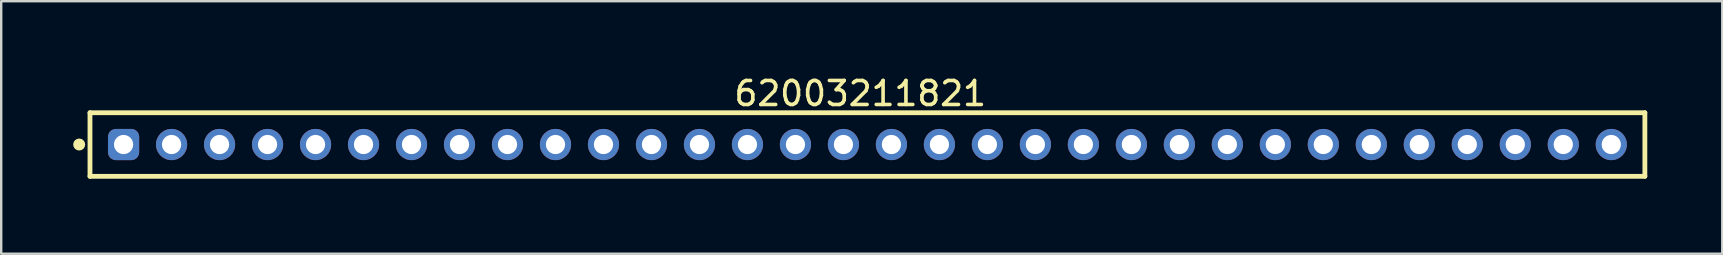
<source format=kicad_pcb>
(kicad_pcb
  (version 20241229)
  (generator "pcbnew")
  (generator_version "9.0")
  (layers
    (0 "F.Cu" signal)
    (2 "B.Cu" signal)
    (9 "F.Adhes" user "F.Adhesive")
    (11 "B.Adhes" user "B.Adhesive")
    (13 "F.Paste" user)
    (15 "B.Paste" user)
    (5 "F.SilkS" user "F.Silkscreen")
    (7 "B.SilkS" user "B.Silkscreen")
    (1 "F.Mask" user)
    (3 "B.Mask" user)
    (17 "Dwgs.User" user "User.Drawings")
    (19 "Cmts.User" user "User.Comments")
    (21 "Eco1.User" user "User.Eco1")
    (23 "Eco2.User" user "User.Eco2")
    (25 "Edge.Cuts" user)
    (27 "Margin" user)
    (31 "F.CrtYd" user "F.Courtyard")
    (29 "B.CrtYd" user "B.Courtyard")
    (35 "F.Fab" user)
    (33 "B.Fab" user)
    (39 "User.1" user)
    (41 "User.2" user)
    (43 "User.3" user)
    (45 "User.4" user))
  (footprint "62003211821"
    (layer "F.Cu")
    (at 33.1 2.973)
    (property "Reference" "62003211821" (at -0.3 -2.125 0) (layer "F.SilkS") (effects (font (size 1 1) (thickness 0.15))))
    (fp_line (start -32.4 -1.325) (end 32.4 -1.325) (stroke (width 0.2) (type solid)) (layer "F.SilkS"))
    (fp_line (start -32.4 1.325) (end -32.4 -1.325) (stroke (width 0.2) (type solid)) (layer "F.SilkS"))
    (fp_line (start -32.4 1.325) (end 32.4 1.325) (stroke (width 0.2) (type solid)) (layer "F.SilkS"))
    (fp_line (start 32.4 1.325) (end 32.4 -1.325) (stroke (width 0.2) (type solid)) (layer "F.SilkS"))
    (fp_circle (center -32.85 0) (end -32.85 -0.125) (stroke (width 0.25) (type solid)) (fill no) (layer "F.SilkS"))
    (fp_line (start -32.6 -1.525) (end 32.6 -1.525) (stroke (width 0.05) (type solid)) (layer "Eco2.User"))
    (fp_line (start -32.6 1.525) (end -32.6 -1.525) (stroke (width 0.05) (type solid)) (layer "Eco2.User"))
    (fp_line (start -32.6 1.525) (end 32.6 1.525) (stroke (width 0.05) (type solid)) (layer "Eco2.User"))
    (fp_line (start -32.25 -1.25) (end 32.25 -1.25) (stroke (width 0.1) (type solid)) (layer "Eco2.User"))
    (fp_line (start -32.25 1.25) (end -32.25 -1.25) (stroke (width 0.1) (type solid)) (layer "Eco2.User"))
    (fp_line (start -32.25 1.25) (end 32.25 1.25) (stroke (width 0.1) (type solid)) (layer "Eco2.User"))
    (fp_line (start -0.5 0) (end 0.5 0) (stroke (width 0.05) (type solid)) (layer "Eco2.User"))
    (fp_line (start 0 0.5) (end 0 -0.5) (stroke (width 0.05) (type solid)) (layer "Eco2.User"))
    (fp_line (start 32.25 1.25) (end 32.25 -1.25) (stroke (width 0.1) (type solid)) (layer "Eco2.User"))
    (fp_line (start 32.6 1.525) (end 32.6 -1.525) (stroke (width 0.05) (type solid)) (layer "Eco2.User"))
    (fp_text user "${REFERENCE}" (at 0.15 -0.197 0) (unlocked yes) (layer "User.3") (effects (font (size 1.5 1.5) (thickness 0.15))))
    (pad "1" thru_hole roundrect (at -31 0) (size 1.3 1.3) (drill 0.8) (layers "*.Cu" "*.Mask") (roundrect_rratio 0.25))
    (pad "2" thru_hole circle (at -29 0) (size 1.3 1.3) (drill 0.8) (layers "*.Cu" "*.Mask"))
    (pad "3" thru_hole circle (at -27 0) (size 1.3 1.3) (drill 0.8) (layers "*.Cu" "*.Mask"))
    (pad "4" thru_hole circle (at -25 0) (size 1.3 1.3) (drill 0.8) (layers "*.Cu" "*.Mask"))
    (pad "5" thru_hole circle (at -23 0) (size 1.3 1.3) (drill 0.8) (layers "*.Cu" "*.Mask"))
    (pad "6" thru_hole circle (at -21 0) (size 1.3 1.3) (drill 0.8) (layers "*.Cu" "*.Mask"))
    (pad "7" thru_hole circle (at -19 0) (size 1.3 1.3) (drill 0.8) (layers "*.Cu" "*.Mask"))
    (pad "8" thru_hole circle (at -17 0) (size 1.3 1.3) (drill 0.8) (layers "*.Cu" "*.Mask"))
    (pad "9" thru_hole circle (at -15 0) (size 1.3 1.3) (drill 0.8) (layers "*.Cu" "*.Mask"))
    (pad "10" thru_hole circle (at -13 0) (size 1.3 1.3) (drill 0.8) (layers "*.Cu" "*.Mask"))
    (pad "11" thru_hole circle (at -11 0) (size 1.3 1.3) (drill 0.8) (layers "*.Cu" "*.Mask"))
    (pad "12" thru_hole circle (at -9 0) (size 1.3 1.3) (drill 0.8) (layers "*.Cu" "*.Mask"))
    (pad "13" thru_hole circle (at -7 0) (size 1.3 1.3) (drill 0.8) (layers "*.Cu" "*.Mask"))
    (pad "14" thru_hole circle (at -5 0) (size 1.3 1.3) (drill 0.8) (layers "*.Cu" "*.Mask"))
    (pad "15" thru_hole circle (at -3 0) (size 1.3 1.3) (drill 0.8) (layers "*.Cu" "*.Mask"))
    (pad "16" thru_hole circle (at -1 0) (size 1.3 1.3) (drill 0.8) (layers "*.Cu" "*.Mask"))
    (pad "17" thru_hole circle (at 1 0) (size 1.3 1.3) (drill 0.8) (layers "*.Cu" "*.Mask"))
    (pad "18" thru_hole circle (at 3 0) (size 1.3 1.3) (drill 0.8) (layers "*.Cu" "*.Mask"))
    (pad "19" thru_hole circle (at 5 0) (size 1.3 1.3) (drill 0.8) (layers "*.Cu" "*.Mask"))
    (pad "20" thru_hole circle (at 7 0) (size 1.3 1.3) (drill 0.8) (layers "*.Cu" "*.Mask"))
    (pad "21" thru_hole circle (at 9 0) (size 1.3 1.3) (drill 0.8) (layers "*.Cu" "*.Mask"))
    (pad "22" thru_hole circle (at 11 0) (size 1.3 1.3) (drill 0.8) (layers "*.Cu" "*.Mask"))
    (pad "23" thru_hole circle (at 13 0) (size 1.3 1.3) (drill 0.8) (layers "*.Cu" "*.Mask"))
    (pad "24" thru_hole circle (at 15 0) (size 1.3 1.3) (drill 0.8) (layers "*.Cu" "*.Mask"))
    (pad "25" thru_hole circle (at 17 0) (size 1.3 1.3) (drill 0.8) (layers "*.Cu" "*.Mask"))
    (pad "26" thru_hole circle (at 19 0) (size 1.3 1.3) (drill 0.8) (layers "*.Cu" "*.Mask"))
    (pad "27" thru_hole circle (at 21 0) (size 1.3 1.3) (drill 0.8) (layers "*.Cu" "*.Mask"))
    (pad "28" thru_hole circle (at 23 0) (size 1.3 1.3) (drill 0.8) (layers "*.Cu" "*.Mask"))
    (pad "29" thru_hole circle (at 25 0) (size 1.3 1.3) (drill 0.8) (layers "*.Cu" "*.Mask"))
    (pad "30" thru_hole circle (at 27 0) (size 1.3 1.3) (drill 0.8) (layers "*.Cu" "*.Mask"))
    (pad "31" thru_hole circle (at 29 0) (size 1.3 1.3) (drill 0.8) (layers "*.Cu" "*.Mask"))
    (pad "32" thru_hole circle (at 31 0) (size 1.3 1.3) (drill 0.8) (layers "*.Cu" "*.Mask")))
  (gr_rect
    (start -3 -3)
    (end 68.725 7.523)
    (stroke (width 0.1) (type default))
    (fill no)
    (layer "Edge.Cuts")))
</source>
